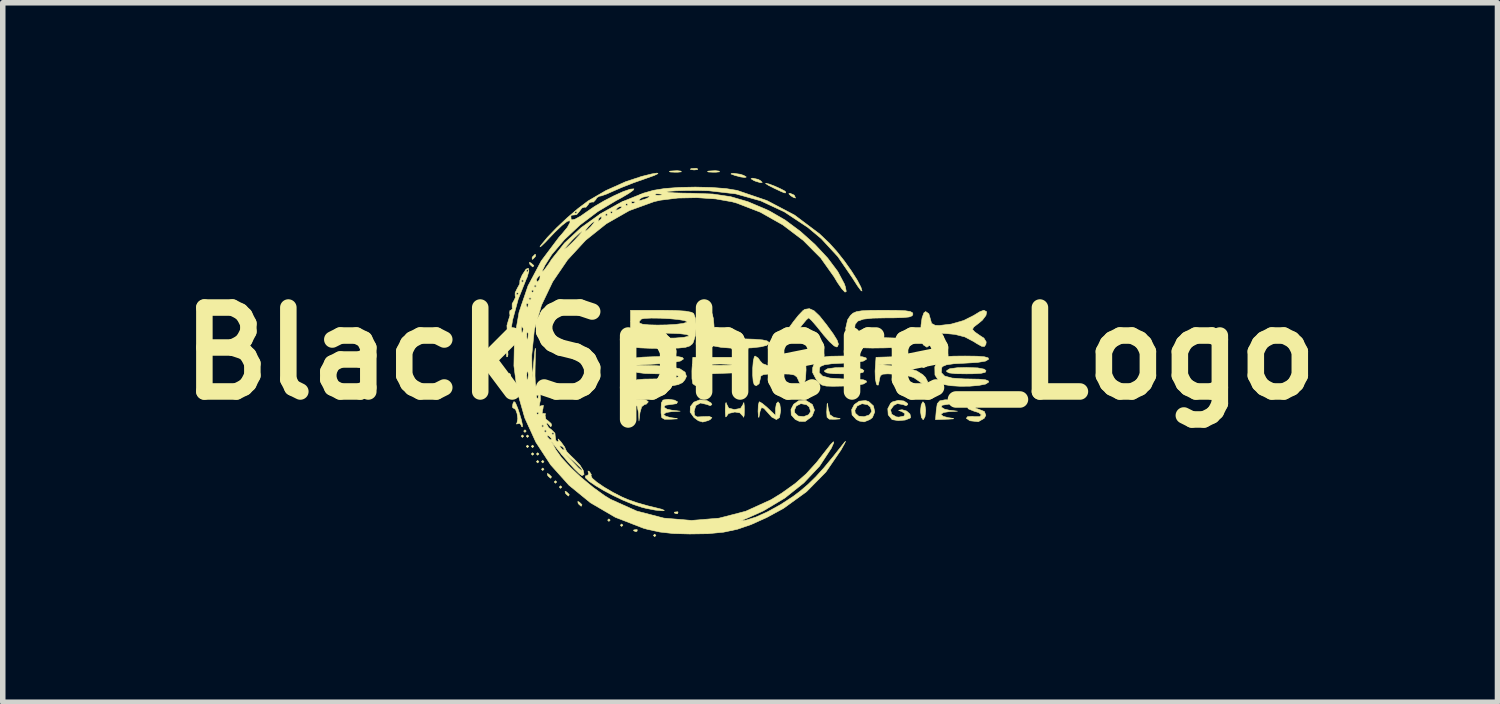
<source format=kicad_pcb>
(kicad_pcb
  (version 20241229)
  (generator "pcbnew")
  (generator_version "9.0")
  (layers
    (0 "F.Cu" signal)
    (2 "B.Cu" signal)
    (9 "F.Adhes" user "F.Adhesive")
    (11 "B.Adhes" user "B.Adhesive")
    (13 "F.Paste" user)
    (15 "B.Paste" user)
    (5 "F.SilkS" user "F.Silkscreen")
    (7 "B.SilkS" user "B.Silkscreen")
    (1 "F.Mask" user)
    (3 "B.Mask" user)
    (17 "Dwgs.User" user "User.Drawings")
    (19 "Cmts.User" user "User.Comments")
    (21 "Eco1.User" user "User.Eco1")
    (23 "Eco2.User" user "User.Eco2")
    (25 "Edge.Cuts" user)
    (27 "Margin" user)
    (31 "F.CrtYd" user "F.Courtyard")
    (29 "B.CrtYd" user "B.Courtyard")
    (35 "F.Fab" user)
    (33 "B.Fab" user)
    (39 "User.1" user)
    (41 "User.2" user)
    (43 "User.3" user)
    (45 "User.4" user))
  (footprint "BlackSphere_Logo"
    (layer "F.Cu")
    (at 10.566 3.367)
    (property "Reference" "BlackSphere_Logo" (at 0 0 0) (layer "F.SilkS") (effects (font (size 1.524 1.524) (thickness 0.3))))
    (attr exclude_from_pos_files exclude_from_bom)
    (fp_poly (pts (xy -4.433 0.346) (xy -4.457 0.369) (xy -4.48 0.346) (xy -4.457 0.323) (xy -4.433 0.346)) (stroke (width 0.01) (type solid)) (fill yes) (layer "F.SilkS"))
    (fp_poly (pts (xy -4.11 1.501) (xy -4.133 1.524) (xy -4.156 1.501) (xy -4.133 1.478) (xy -4.11 1.501)) (stroke (width 0.01) (type solid)) (fill yes) (layer "F.SilkS"))
    (fp_poly (pts (xy -4.064 1.409) (xy -4.087 1.432) (xy -4.11 1.409) (xy -4.087 1.385) (xy -4.064 1.409)) (stroke (width 0.01) (type solid)) (fill yes) (layer "F.SilkS"))
    (fp_poly (pts (xy -4.018 1.501) (xy -4.041 1.524) (xy -4.064 1.501) (xy -4.041 1.478) (xy -4.018 1.501)) (stroke (width 0.01) (type solid)) (fill yes) (layer "F.SilkS"))
    (fp_poly (pts (xy -4.018 1.686) (xy -4.041 1.709) (xy -4.064 1.686) (xy -4.041 1.663) (xy -4.018 1.686)) (stroke (width 0.01) (type solid)) (fill yes) (layer "F.SilkS"))
    (fp_poly (pts (xy -3.925 1.686) (xy -3.949 1.709) (xy -3.972 1.686) (xy -3.949 1.663) (xy -3.925 1.686)) (stroke (width 0.01) (type solid)) (fill yes) (layer "F.SilkS"))
    (fp_poly (pts (xy -3.925 1.824) (xy -3.949 1.847) (xy -3.972 1.824) (xy -3.949 1.801) (xy -3.925 1.824)) (stroke (width 0.01) (type solid)) (fill yes) (layer "F.SilkS"))
    (fp_poly (pts (xy -3.833 1.824) (xy -3.856 1.847) (xy -3.879 1.824) (xy -3.856 1.801) (xy -3.833 1.824)) (stroke (width 0.01) (type solid)) (fill yes) (layer "F.SilkS"))
    (fp_poly (pts (xy -3.833 1.963) (xy -3.856 1.986) (xy -3.879 1.963) (xy -3.856 1.94) (xy -3.833 1.963)) (stroke (width 0.01) (type solid)) (fill yes) (layer "F.SilkS"))
    (fp_poly (pts (xy -3.741 1.963) (xy -3.764 1.986) (xy -3.787 1.963) (xy -3.764 1.94) (xy -3.741 1.963)) (stroke (width 0.01) (type solid)) (fill yes) (layer "F.SilkS"))
    (fp_poly (pts (xy -3.741 2.101) (xy -3.764 2.124) (xy -3.787 2.101) (xy -3.764 2.078) (xy -3.741 2.101)) (stroke (width 0.01) (type solid)) (fill yes) (layer "F.SilkS"))
    (fp_poly (pts (xy -3.51 2.332) (xy -3.533 2.355) (xy -3.556 2.332) (xy -3.533 2.309) (xy -3.51 2.332)) (stroke (width 0.01) (type solid)) (fill yes) (layer "F.SilkS"))
    (fp_poly (pts (xy -3.417 2.425) (xy -3.441 2.448) (xy -3.464 2.425) (xy -3.441 2.401) (xy -3.417 2.425)) (stroke (width 0.01) (type solid)) (fill yes) (layer "F.SilkS"))
    (fp_poly (pts (xy -2.54 3.025) (xy -2.563 3.048) (xy -2.586 3.025) (xy -2.563 3.002) (xy -2.54 3.025)) (stroke (width 0.01) (type solid)) (fill yes) (layer "F.SilkS"))
    (fp_poly (pts (xy -2.309 3.117) (xy -2.332 3.14) (xy -2.355 3.117) (xy -2.332 3.094) (xy -2.309 3.117)) (stroke (width 0.01) (type solid)) (fill yes) (layer "F.SilkS"))
    (fp_poly (pts (xy -1.709 3.302) (xy -1.732 3.325) (xy -1.755 3.302) (xy -1.732 3.279) (xy -1.709 3.302)) (stroke (width 0.01) (type solid)) (fill yes) (layer "F.SilkS"))
    (fp_poly (pts (xy -4.449 -0.262) (xy -4.443 -0.207) (xy -4.449 -0.2) (xy -4.476 -0.206) (xy -4.48 -0.231) (xy -4.463 -0.269) (xy -4.449 -0.262)) (stroke (width 0.01) (type solid)) (fill yes) (layer "F.SilkS"))
    (fp_poly (pts (xy -2.047 3.202) (xy -2.054 3.229) (xy -2.078 3.233) (xy -2.116 3.216) (xy -2.109 3.202) (xy -2.054 3.196) (xy -2.047 3.202)) (stroke (width 0.01) (type solid)) (fill yes) (layer "F.SilkS"))
    (fp_poly (pts (xy -1.308 2.879) (xy -1.315 2.906) (xy -1.339 2.909) (xy -1.377 2.893) (xy -1.37 2.879) (xy -1.315 2.873) (xy -1.308 2.879)) (stroke (width 0.01) (type solid)) (fill yes) (layer "F.SilkS"))
    (fp_poly (pts (xy -0.958 -3.356) (xy -0.952 -3.339) (xy -1.016 -3.332) (xy -1.082 -3.34) (xy -1.074 -3.356) (xy -0.979 -3.362) (xy -0.958 -3.356)) (stroke (width 0.01) (type solid)) (fill yes) (layer "F.SilkS"))
    (fp_poly (pts (xy -3.979 -1.644) (xy -3.93 -1.601) (xy -3.925 -1.591) (xy -3.947 -1.572) (xy -3.993 -1.614) (xy -3.999 -1.623) (xy -4.005 -1.655) (xy -3.979 -1.644)) (stroke (width 0.01) (type solid)) (fill yes) (layer "F.SilkS"))
    (fp_poly (pts (xy -3.655 2.189) (xy -3.606 2.236) (xy -3.616 2.262) (xy -3.623 2.263) (xy -3.662 2.23) (xy -3.676 2.21) (xy -3.681 2.178) (xy -3.655 2.189)) (stroke (width 0.01) (type solid)) (fill yes) (layer "F.SilkS"))
    (fp_poly (pts (xy -3.332 2.512) (xy -3.283 2.559) (xy -3.293 2.586) (xy -3.299 2.586) (xy -3.338 2.553) (xy -3.353 2.533) (xy -3.358 2.501) (xy -3.332 2.512)) (stroke (width 0.01) (type solid)) (fill yes) (layer "F.SilkS"))
    (fp_poly (pts (xy -3.101 2.697) (xy -3.052 2.744) (xy -3.062 2.77) (xy -3.068 2.771) (xy -3.107 2.738) (xy -3.122 2.718) (xy -3.127 2.686) (xy -3.101 2.697)) (stroke (width 0.01) (type solid)) (fill yes) (layer "F.SilkS"))
    (fp_poly (pts (xy 0.798 -2.876) (xy 0.808 -2.863) (xy 0.824 -2.822) (xy 0.781 -2.837) (xy 0.739 -2.863) (xy 0.703 -2.9) (xy 0.725 -2.909) (xy 0.798 -2.876)) (stroke (width 0.01) (type solid)) (fill yes) (layer "F.SilkS"))
    (fp_poly (pts (xy -4.404 -0.088) (xy -4.401 -0.08) (xy -4.395 0.021) (xy -4.403 0.059) (xy -4.418 0.06) (xy -4.425 -0.012) (xy -4.424 -0.023) (xy -4.418 -0.095) (xy -4.404 -0.088)) (stroke (width 0.01) (type solid)) (fill yes) (layer "F.SilkS"))
    (fp_poly (pts (xy -3.894 -1.771) (xy -3.902 -1.755) (xy -3.946 -1.711) (xy -3.954 -1.709) (xy -3.957 -1.739) (xy -3.949 -1.755) (xy -3.905 -1.799) (xy -3.897 -1.801) (xy -3.894 -1.771)) (stroke (width 0.01) (type solid)) (fill yes) (layer "F.SilkS"))
    (fp_poly (pts (xy -1.258 -3.311) (xy -1.247 -3.298) (xy -1.313 -3.291) (xy -1.362 -3.291) (xy -1.452 -3.295) (xy -1.465 -3.306) (xy -1.443 -3.312) (xy -1.322 -3.319) (xy -1.258 -3.311)) (stroke (width 0.01) (type solid)) (fill yes) (layer "F.SilkS"))
    (fp_poly (pts (xy -0.565 -3.311) (xy -0.554 -3.298) (xy -0.621 -3.291) (xy -0.67 -3.291) (xy -0.759 -3.295) (xy -0.773 -3.306) (xy -0.75 -3.312) (xy -0.63 -3.319) (xy -0.565 -3.311)) (stroke (width 0.01) (type solid)) (fill yes) (layer "F.SilkS"))
    (fp_poly (pts (xy 0.145 -3.161) (xy 0.185 -3.14) (xy 0.221 -3.106) (xy 0.187 -3.101) (xy 0.101 -3.127) (xy 0.069 -3.14) (xy 0.017 -3.172) (xy 0.046 -3.183) (xy 0.145 -3.161)) (stroke (width 0.01) (type solid)) (fill yes) (layer "F.SilkS"))
    (fp_poly (pts (xy -0.179 -3.254) (xy -0.115 -3.233) (xy -0.069 -3.204) (xy -0.093 -3.195) (xy -0.17 -3.205) (xy -0.277 -3.233) (xy -0.347 -3.259) (xy -0.332 -3.27) (xy -0.3 -3.271) (xy -0.179 -3.254)) (stroke (width 0.01) (type solid)) (fill yes) (layer "F.SilkS"))
    (fp_poly (pts (xy 0.343 -3.077) (xy 0.444 -3.039) (xy 0.55 -2.991) (xy 0.628 -2.95) (xy 0.647 -2.932) (xy 0.643 -2.915) (xy 0.618 -2.918) (xy 0.549 -2.947) (xy 0.439 -2.999) (xy 0.335 -3.052) (xy 0.283 -3.085) (xy 0.283 -3.09) (xy 0.343 -3.077)) (stroke (width 0.01) (type solid)) (fill yes) (layer "F.SilkS"))
    (fp_poly (pts (xy 3.171 0.918) (xy 3.186 1.018) (xy 3.187 1.039) (xy 3.175 1.146) (xy 3.146 1.199) (xy 3.14 1.201) (xy 3.11 1.16) (xy 3.095 1.06) (xy 3.094 1.039) (xy 3.106 0.932) (xy 3.134 0.879) (xy 3.14 0.877) (xy 3.171 0.918)) (stroke (width 0.01) (type solid)) (fill yes) (layer "F.SilkS"))
    (fp_poly (pts (xy -4.353 0.375) (xy -4.335 0.469) (xy -4.326 0.527) (xy -4.312 0.662) (xy -4.312 0.755) (xy -4.318 0.777) (xy -4.336 0.758) (xy -4.341 0.698) (xy -4.358 0.629) (xy -4.387 0.623) (xy -4.424 0.618) (xy -4.42 0.532) (xy -4.391 0.416) (xy -4.37 0.361) (xy -4.353 0.375)) (stroke (width 0.01) (type solid)) (fill yes) (layer "F.SilkS"))
    (fp_poly (pts (xy -1.887 0.845) (xy -1.847 0.877) (xy -1.884 0.919) (xy -1.914 0.924) (xy -1.968 0.966) (xy -1.999 1.074) (xy -2.017 1.224) (xy -2.025 1.074) (xy -2.049 0.958) (xy -2.104 0.924) (xy -2.152 0.901) (xy -2.147 0.877) (xy -2.085 0.844) (xy -1.983 0.831) (xy -1.887 0.845)) (stroke (width 0.01) (type solid)) (fill yes) (layer "F.SilkS"))
    (fp_poly (pts (xy 1.414 0.969) (xy 1.419 1.002) (xy 1.449 1.111) (xy 1.519 1.159) (xy 1.561 1.168) (xy 1.635 1.181) (xy 1.626 1.188) (xy 1.536 1.194) (xy 1.438 1.192) (xy 1.397 1.157) (xy 1.391 1.063) (xy 1.393 1.028) (xy 1.398 0.921) (xy 1.404 0.902) (xy 1.414 0.969)) (stroke (width 0.01) (type solid)) (fill yes) (layer "F.SilkS"))
    (fp_poly (pts (xy 1.915 0.261) (xy 2.033 0.284) (xy 2.067 0.312) (xy 2.051 0.342) (xy 1.973 0.36) (xy 1.821 0.368) (xy 1.709 0.369) (xy 1.513 0.366) (xy 1.398 0.353) (xy 1.352 0.329) (xy 1.351 0.312) (xy 1.406 0.277) (xy 1.546 0.258) (xy 1.709 0.254) (xy 1.915 0.261)) (stroke (width 0.01) (type solid)) (fill yes) (layer "F.SilkS"))
    (fp_poly (pts (xy 4.131 0.261) (xy 4.25 0.284) (xy 4.283 0.312) (xy 4.268 0.342) (xy 4.19 0.36) (xy 4.038 0.368) (xy 3.925 0.369) (xy 3.73 0.366) (xy 3.615 0.353) (xy 3.568 0.329) (xy 3.568 0.312) (xy 3.623 0.277) (xy 3.763 0.258) (xy 3.925 0.254) (xy 4.131 0.261)) (stroke (width 0.01) (type solid)) (fill yes) (layer "F.SilkS"))
    (fp_poly (pts (xy -4.259 0.895) (xy -4.218 0.993) (xy -4.195 1.061) (xy -4.153 1.199) (xy -4.132 1.299) (xy -4.133 1.332) (xy -4.154 1.319) (xy -4.156 1.298) (xy -4.185 1.266) (xy -4.21 1.274) (xy -4.241 1.28) (xy -4.231 1.256) (xy -4.217 1.185) (xy -4.229 1.093) (xy -4.257 1.016) (xy -4.292 0.992) (xy -4.296 0.993) (xy -4.314 0.975) (xy -4.306 0.914) (xy -4.286 0.872) (xy -4.259 0.895)) (stroke (width 0.01) (type solid)) (fill yes) (layer "F.SilkS"))
    (fp_poly (pts (xy -0.785 0.854) (xy -0.71 0.897) (xy -0.693 0.928) (xy -0.725 0.947) (xy -0.782 0.925) (xy -0.901 0.898) (xy -0.986 0.945) (xy -1.016 1.049) (xy -1.006 1.125) (xy -0.959 1.152) (xy -0.854 1.146) (xy -0.74 1.143) (xy -0.693 1.164) (xy -0.725 1.2) (xy -0.766 1.219) (xy -0.86 1.244) (xy -0.938 1.221) (xy -1.017 1.163) (xy -1.088 1.064) (xy -1.084 0.964) (xy -1.021 0.883) (xy -0.912 0.841) (xy -0.785 0.854)) (stroke (width 0.01) (type solid)) (fill yes) (layer "F.SilkS"))
    (fp_poly (pts (xy -0.429 0.912) (xy -0.389 0.991) (xy -0.292 1.016) (xy -0.277 1.016) (xy -0.173 0.996) (xy -0.127 0.924) (xy -0.125 0.912) (xy -0.113 0.89) (xy -0.106 0.948) (xy -0.104 1.016) (xy -0.107 1.121) (xy -0.117 1.158) (xy -0.124 1.143) (xy -0.186 1.077) (xy -0.277 1.062) (xy -0.392 1.089) (xy -0.43 1.143) (xy -0.442 1.151) (xy -0.449 1.083) (xy -0.45 1.016) (xy -0.446 0.916) (xy -0.436 0.889) (xy -0.429 0.912)) (stroke (width 0.01) (type solid)) (fill yes) (layer "F.SilkS"))
    (fp_poly (pts (xy 0.539 0.918) (xy 0.554 1.018) (xy 0.554 1.039) (xy 0.534 1.161) (xy 0.478 1.199) (xy 0.393 1.153) (xy 0.332 1.085) (xy 0.251 0.994) (xy 0.206 0.982) (xy 0.18 1.051) (xy 0.172 1.097) (xy 0.159 1.162) (xy 0.151 1.144) (xy 0.145 1.051) (xy 0.149 0.939) (xy 0.165 0.88) (xy 0.171 0.877) (xy 0.222 0.907) (xy 0.308 0.979) (xy 0.332 1.002) (xy 0.462 1.126) (xy 0.462 1.002) (xy 0.477 0.911) (xy 0.508 0.877) (xy 0.539 0.918)) (stroke (width 0.01) (type solid)) (fill yes) (layer "F.SilkS"))
    (fp_poly (pts (xy -0.694 -0.734) (xy -0.667 -0.639) (xy -0.656 -0.521) (xy -0.642 -0.28) (xy -0.148 -0.267) (xy 0.077 -0.259) (xy 0.224 -0.247) (xy 0.308 -0.229) (xy 0.343 -0.202) (xy 0.346 -0.185) (xy 0.304 -0.148) (xy 0.191 -0.121) (xy 0.03 -0.103) (xy -0.157 -0.095) (xy -0.35 -0.098) (xy -0.526 -0.112) (xy -0.663 -0.137) (xy -0.73 -0.165) (xy -0.791 -0.22) (xy -0.82 -0.293) (xy -0.825 -0.414) (xy -0.822 -0.501) (xy -0.807 -0.659) (xy -0.779 -0.741) (xy -0.739 -0.762) (xy -0.694 -0.734)) (stroke (width 0.01) (type solid)) (fill yes) (layer "F.SilkS"))
    (fp_poly (pts (xy 1.018 0.855) (xy 1.13 0.925) (xy 1.169 1.027) (xy 1.126 1.136) (xy 1.109 1.153) (xy 1 1.233) (xy 0.892 1.231) (xy 0.82 1.197) (xy 0.747 1.115) (xy 0.743 1.033) (xy 0.803 1.033) (xy 0.812 1.077) (xy 0.874 1.135) (xy 0.972 1.146) (xy 1.061 1.112) (xy 1.099 1.054) (xy 1.075 0.972) (xy 1.025 0.929) (xy 0.922 0.91) (xy 0.838 0.952) (xy 0.803 1.033) (xy 0.743 1.033) (xy 0.742 1.015) (xy 0.791 0.921) (xy 0.881 0.858) (xy 0.997 0.849) (xy 1.018 0.855)) (stroke (width 0.01) (type solid)) (fill yes) (layer "F.SilkS"))
    (fp_poly (pts (xy 2.153 0.872) (xy 2.239 0.951) (xy 2.263 1.06) (xy 2.221 1.162) (xy 2.174 1.199) (xy 2.07 1.241) (xy 1.983 1.226) (xy 1.928 1.197) (xy 1.851 1.114) (xy 1.845 1.03) (xy 1.902 1.03) (xy 1.909 1.082) (xy 1.971 1.137) (xy 2.07 1.147) (xy 2.163 1.115) (xy 2.208 1.054) (xy 2.184 0.972) (xy 2.134 0.929) (xy 2.032 0.911) (xy 1.944 0.952) (xy 1.902 1.03) (xy 1.845 1.03) (xy 1.844 1.017) (xy 1.892 0.927) (xy 1.981 0.865) (xy 2.095 0.854) (xy 2.153 0.872)) (stroke (width 0.01) (type solid)) (fill yes) (layer "F.SilkS"))
    (fp_poly (pts (xy 4.21 0.867) (xy 4.318 0.921) (xy 4.203 0.911) (xy 4.111 0.921) (xy 4.072 0.957) (xy 4.099 0.995) (xy 4.142 1.009) (xy 4.253 1.053) (xy 4.279 1.122) (xy 4.25 1.176) (xy 4.143 1.238) (xy 3.999 1.222) (xy 3.983 1.216) (xy 3.926 1.177) (xy 3.947 1.147) (xy 4.033 1.141) (xy 4.064 1.145) (xy 4.17 1.145) (xy 4.199 1.115) (xy 4.151 1.073) (xy 4.06 1.045) (xy 3.958 1.003) (xy 3.945 0.94) (xy 4.023 0.864) (xy 4.028 0.86) (xy 4.134 0.841) (xy 4.21 0.867)) (stroke (width 0.01) (type solid)) (fill yes) (layer "F.SilkS"))
    (fp_poly (pts (xy 3.648 0.843) (xy 3.694 0.871) (xy 3.695 0.875) (xy 3.655 0.911) (xy 3.579 0.924) (xy 3.485 0.939) (xy 3.47 0.973) (xy 3.529 1.01) (xy 3.614 1.029) (xy 3.764 1.047) (xy 3.614 1.055) (xy 3.511 1.071) (xy 3.464 1.102) (xy 3.464 1.105) (xy 3.504 1.14) (xy 3.602 1.166) (xy 3.614 1.167) (xy 3.693 1.179) (xy 3.69 1.186) (xy 3.601 1.192) (xy 3.565 1.193) (xy 3.366 1.201) (xy 3.38 1.028) (xy 3.398 0.912) (xy 3.442 0.86) (xy 3.54 0.84) (xy 3.544 0.84) (xy 3.648 0.843)) (stroke (width 0.01) (type solid)) (fill yes) (layer "F.SilkS"))
    (fp_poly (pts (xy -1.374 0.846) (xy -1.316 0.877) (xy -1.334 0.91) (xy -1.424 0.924) (xy -1.429 0.924) (xy -1.539 0.939) (xy -1.565 0.973) (xy -1.509 1.01) (xy -1.42 1.029) (xy -1.27 1.047) (xy -1.42 1.055) (xy -1.522 1.071) (xy -1.57 1.102) (xy -1.57 1.105) (xy -1.53 1.14) (xy -1.431 1.166) (xy -1.42 1.167) (xy -1.328 1.18) (xy -1.319 1.186) (xy -1.398 1.191) (xy -1.443 1.193) (xy -1.554 1.193) (xy -1.603 1.164) (xy -1.616 1.079) (xy -1.616 1.016) (xy -1.611 0.898) (xy -1.581 0.845) (xy -1.508 0.832) (xy -1.481 0.831) (xy -1.374 0.846)) (stroke (width 0.01) (type solid)) (fill yes) (layer "F.SilkS"))
    (fp_poly (pts (xy -0.115 0.346) (xy -0.52 0.36) (xy -0.715 0.368) (xy -0.835 0.381) (xy -0.898 0.401) (xy -0.921 0.435) (xy -0.924 0.461) (xy -0.945 0.547) (xy -0.991 0.583) (xy -1.037 0.551) (xy -1.042 0.539) (xy -1.055 0.454) (xy -1.056 0.32) (xy -1.054 0.271) (xy -1.049 0.205) (xy -0.796 0.205) (xy -0.759 0.211) (xy -0.648 0.214) (xy -0.554 0.215) (xy -0.404 0.213) (xy -0.324 0.208) (xy -0.321 0.202) (xy -0.358 0.197) (xy -0.542 0.19) (xy -0.731 0.196) (xy -0.75 0.197) (xy -0.796 0.205) (xy -1.049 0.205) (xy -1.039 0.069) (xy -0.115 0.069) (xy -0.115 0.346)) (stroke (width 0.01) (type solid)) (fill yes) (layer "F.SilkS"))
    (fp_poly (pts (xy -2.916 2.144) (xy -2.882 2.198) (xy -2.888 2.219) (xy -2.866 2.264) (xy -2.78 2.338) (xy -2.649 2.427) (xy -2.491 2.52) (xy -2.326 2.605) (xy -2.217 2.652) (xy -2.05 2.71) (xy -1.849 2.767) (xy -1.732 2.795) (xy -1.605 2.827) (xy -1.556 2.848) (xy -1.591 2.855) (xy -1.593 2.855) (xy -1.721 2.843) (xy -1.886 2.811) (xy -1.963 2.792) (xy -2.124 2.738) (xy -2.304 2.664) (xy -2.487 2.577) (xy -2.66 2.485) (xy -2.811 2.395) (xy -2.925 2.317) (xy -2.989 2.256) (xy -2.989 2.222) (xy -2.96 2.217) (xy -2.928 2.188) (xy -2.937 2.163) (xy -2.942 2.132) (xy -2.916 2.144)) (stroke (width 0.01) (type solid)) (fill yes) (layer "F.SilkS"))
    (fp_poly (pts (xy 1.16 -0.777) (xy 1.261 -0.681) (xy 1.384 -0.527) (xy 1.509 -0.356) (xy 1.58 -0.241) (xy 1.604 -0.169) (xy 1.587 -0.127) (xy 1.575 -0.118) (xy 1.526 -0.138) (xy 1.44 -0.216) (xy 1.333 -0.338) (xy 1.31 -0.368) (xy 1.203 -0.5) (xy 1.117 -0.599) (xy 1.067 -0.645) (xy 1.063 -0.647) (xy 1.022 -0.612) (xy 0.946 -0.521) (xy 0.851 -0.394) (xy 0.721 -0.226) (xy 0.628 -0.134) (xy 0.564 -0.112) (xy 0.53 -0.14) (xy 0.542 -0.196) (xy 0.598 -0.301) (xy 0.683 -0.434) (xy 0.782 -0.572) (xy 0.879 -0.694) (xy 0.959 -0.778) (xy 0.994 -0.802) (xy 1.076 -0.814) (xy 1.16 -0.777)) (stroke (width 0.01) (type solid)) (fill yes) (layer "F.SilkS"))
    (fp_poly (pts (xy 2.792 0.862) (xy 2.856 0.904) (xy 2.863 0.928) (xy 2.831 0.948) (xy 2.777 0.927) (xy 2.672 0.909) (xy 2.608 0.942) (xy 2.55 1.023) (xy 2.57 1.102) (xy 2.654 1.15) (xy 2.7 1.155) (xy 2.793 1.136) (xy 2.813 1.094) (xy 2.754 1.053) (xy 2.736 1.048) (xy 2.696 1.031) (xy 2.744 1.022) (xy 2.761 1.021) (xy 2.841 1.044) (xy 2.902 1.099) (xy 2.915 1.158) (xy 2.904 1.173) (xy 2.814 1.208) (xy 2.689 1.218) (xy 2.584 1.201) (xy 2.575 1.196) (xy 2.507 1.113) (xy 2.5 1.001) (xy 2.552 0.903) (xy 2.588 0.877) (xy 2.69 0.85) (xy 2.792 0.862)) (stroke (width 0.01) (type solid)) (fill yes) (layer "F.SilkS"))
    (fp_poly (pts (xy 1.908 0.049) (xy 2.041 0.06) (xy 2.105 0.08) (xy 2.113 0.104) (xy 2.056 0.138) (xy 1.912 0.162) (xy 1.691 0.175) (xy 1.481 0.186) (xy 1.349 0.205) (xy 1.279 0.234) (xy 1.263 0.256) (xy 1.254 0.347) (xy 1.315 0.409) (xy 1.45 0.446) (xy 1.668 0.461) (xy 1.741 0.462) (xy 1.941 0.466) (xy 2.06 0.478) (xy 2.111 0.5) (xy 2.113 0.52) (xy 2.056 0.554) (xy 1.909 0.578) (xy 1.698 0.591) (xy 1.505 0.595) (xy 1.382 0.591) (xy 1.304 0.572) (xy 1.25 0.533) (xy 1.205 0.479) (xy 1.134 0.343) (xy 1.136 0.258) (xy 1.173 0.164) (xy 1.225 0.102) (xy 1.312 0.067) (xy 1.451 0.05) (xy 1.662 0.046) (xy 1.695 0.046) (xy 1.908 0.049)) (stroke (width 0.01) (type solid)) (fill yes) (layer "F.SilkS"))
    (fp_poly (pts (xy 4.122 0.049) (xy 4.256 0.06) (xy 4.321 0.079) (xy 4.33 0.104) (xy 4.273 0.138) (xy 4.129 0.162) (xy 3.908 0.175) (xy 3.698 0.186) (xy 3.565 0.205) (xy 3.496 0.234) (xy 3.479 0.256) (xy 3.471 0.347) (xy 3.531 0.409) (xy 3.667 0.446) (xy 3.885 0.461) (xy 3.958 0.462) (xy 4.158 0.466) (xy 4.277 0.478) (xy 4.328 0.5) (xy 4.33 0.52) (xy 4.275 0.555) (xy 4.153 0.579) (xy 3.991 0.593) (xy 3.814 0.595) (xy 3.647 0.585) (xy 3.515 0.563) (xy 3.449 0.533) (xy 3.356 0.39) (xy 3.353 0.242) (xy 3.392 0.159) (xy 3.432 0.107) (xy 3.482 0.074) (xy 3.564 0.055) (xy 3.696 0.048) (xy 3.899 0.046) (xy 3.907 0.046) (xy 4.122 0.049)) (stroke (width 0.01) (type solid)) (fill yes) (layer "F.SilkS"))
    (fp_poly (pts (xy 3.056 0.06) (xy 3.139 0.081) (xy 3.187 0.116) (xy 3.221 0.196) (xy 3.199 0.237) (xy 3.143 0.259) (xy 3.12 0.235) (xy 3.058 0.21) (xy 2.92 0.194) (xy 2.722 0.191) (xy 2.71 0.191) (xy 2.332 0.197) (xy 2.639 0.233) (xy 2.867 0.268) (xy 3.025 0.316) (xy 3.135 0.385) (xy 3.183 0.434) (xy 3.226 0.518) (xy 3.202 0.561) (xy 3.133 0.551) (xy 3.065 0.502) (xy 2.969 0.436) (xy 2.839 0.397) (xy 2.658 0.378) (xy 2.498 0.369) (xy 2.408 0.375) (xy 2.366 0.402) (xy 2.349 0.46) (xy 2.345 0.491) (xy 2.327 0.573) (xy 2.304 0.571) (xy 2.292 0.548) (xy 2.273 0.456) (xy 2.269 0.319) (xy 2.272 0.271) (xy 2.286 0.069) (xy 2.706 0.056) (xy 2.918 0.053) (xy 3.056 0.06)) (stroke (width 0.01) (type solid)) (fill yes) (layer "F.SilkS"))
    (fp_poly (pts (xy 0.989 0.069) (xy 1.01 0.15) (xy 1.016 0.297) (xy 1.006 0.463) (xy 0.978 0.559) (xy 0.937 0.579) (xy 0.89 0.516) (xy 0.879 0.488) (xy 0.849 0.426) (xy 0.802 0.39) (xy 0.717 0.374) (xy 0.569 0.37) (xy 0.509 0.369) (xy 0.339 0.372) (xy 0.241 0.383) (xy 0.196 0.409) (xy 0.185 0.454) (xy 0.185 0.459) (xy 0.163 0.549) (xy 0.113 0.585) (xy 0.076 0.568) (xy 0.056 0.506) (xy 0.047 0.393) (xy 0.048 0.26) (xy 0.058 0.138) (xy 0.077 0.06) (xy 0.091 0.046) (xy 0.146 0.082) (xy 0.183 0.135) (xy 0.227 0.184) (xy 0.308 0.215) (xy 0.448 0.232) (xy 0.554 0.239) (xy 0.723 0.245) (xy 0.82 0.24) (xy 0.865 0.218) (xy 0.877 0.174) (xy 0.878 0.15) (xy 0.904 0.066) (xy 0.947 0.046) (xy 0.989 0.069)) (stroke (width 0.01) (type solid)) (fill yes) (layer "F.SilkS"))
    (fp_poly (pts (xy 4.294 -0.758) (xy 4.282 -0.692) (xy 4.217 -0.606) (xy 4.15 -0.55) (xy 4.06 -0.481) (xy 4.037 -0.438) (xy 4.074 -0.396) (xy 4.092 -0.382) (xy 4.191 -0.313) (xy 4.244 -0.28) (xy 4.286 -0.211) (xy 4.28 -0.166) (xy 4.253 -0.127) (xy 4.204 -0.131) (xy 4.111 -0.183) (xy 4.06 -0.216) (xy 3.899 -0.301) (xy 3.719 -0.347) (xy 3.574 -0.361) (xy 3.414 -0.37) (xy 3.326 -0.365) (xy 3.288 -0.339) (xy 3.279 -0.286) (xy 3.279 -0.262) (xy 3.26 -0.151) (xy 3.21 -0.114) (xy 3.143 -0.158) (xy 3.111 -0.242) (xy 3.098 -0.37) (xy 3.103 -0.515) (xy 3.122 -0.648) (xy 3.155 -0.738) (xy 3.187 -0.762) (xy 3.245 -0.721) (xy 3.27 -0.635) (xy 3.295 -0.546) (xy 3.359 -0.512) (xy 3.432 -0.508) (xy 3.651 -0.534) (xy 3.877 -0.599) (xy 4.062 -0.692) (xy 4.071 -0.698) (xy 4.171 -0.759) (xy 4.243 -0.785) (xy 4.244 -0.785) (xy 4.294 -0.758)) (stroke (width 0.01) (type solid)) (fill yes) (layer "F.SilkS"))
    (fp_poly (pts (xy 2.663 -0.783) (xy 2.817 -0.776) (xy 2.907 -0.762) (xy 2.948 -0.74) (xy 2.956 -0.716) (xy 2.941 -0.684) (xy 2.886 -0.663) (xy 2.776 -0.652) (xy 2.596 -0.647) (xy 2.476 -0.647) (xy 2.227 -0.642) (xy 2.058 -0.624) (xy 1.955 -0.588) (xy 1.906 -0.528) (xy 1.898 -0.44) (xy 1.901 -0.407) (xy 1.912 -0.361) (xy 1.94 -0.33) (xy 2 -0.31) (xy 2.11 -0.299) (xy 2.286 -0.291) (xy 2.439 -0.287) (xy 2.666 -0.28) (xy 2.816 -0.271) (xy 2.902 -0.256) (xy 2.941 -0.234) (xy 2.948 -0.201) (xy 2.947 -0.195) (xy 2.928 -0.159) (xy 2.877 -0.134) (xy 2.779 -0.118) (xy 2.616 -0.108) (xy 2.443 -0.102) (xy 2.217 -0.099) (xy 2.063 -0.103) (xy 1.96 -0.118) (xy 1.889 -0.146) (xy 1.845 -0.177) (xy 1.761 -0.299) (xy 1.735 -0.457) (xy 1.771 -0.613) (xy 1.822 -0.69) (xy 1.868 -0.732) (xy 1.93 -0.759) (xy 2.026 -0.775) (xy 2.175 -0.783) (xy 2.395 -0.785) (xy 2.432 -0.785) (xy 2.663 -0.783)) (stroke (width 0.01) (type solid)) (fill yes) (layer "F.SilkS"))
    (fp_poly (pts (xy -1.306 0.057) (xy -1.231 0.071) (xy -1.21 0.095) (xy -1.212 0.102) (xy -1.266 0.137) (xy -1.407 0.165) (xy -1.637 0.186) (xy -1.666 0.187) (xy -2.101 0.213) (xy -1.7 0.222) (xy -1.446 0.239) (xy -1.275 0.277) (xy -1.18 0.339) (xy -1.155 0.416) (xy -1.184 0.477) (xy -1.227 0.528) (xy -1.306 0.565) (xy -1.441 0.591) (xy -1.608 0.604) (xy -1.783 0.606) (xy -1.943 0.596) (xy -2.064 0.574) (xy -2.122 0.54) (xy -2.124 0.531) (xy -2.108 0.497) (xy -2.049 0.476) (xy -1.931 0.465) (xy -1.739 0.462) (xy -1.709 0.462) (xy -1.51 0.457) (xy -1.368 0.444) (xy -1.298 0.423) (xy -1.293 0.416) (xy -1.336 0.393) (xy -1.455 0.377) (xy -1.632 0.369) (xy -1.674 0.369) (xy -1.901 0.363) (xy -2.049 0.345) (xy -2.132 0.308) (xy -2.165 0.247) (xy -2.163 0.18) (xy -2.152 0.13) (xy -2.124 0.097) (xy -2.062 0.078) (xy -1.949 0.066) (xy -1.767 0.059) (xy -1.67 0.056) (xy -1.448 0.052) (xy -1.306 0.057)) (stroke (width 0.01) (type solid)) (fill yes) (layer "F.SilkS"))
    (fp_poly (pts (xy -4.015 -1.497) (xy -4.046 -1.388) (xy -4.063 -1.351) (xy -4.209 -0.986) (xy -4.311 -0.609) (xy -4.335 -0.463) (xy -4.355 -0.323) (xy -4.37 -0.266) (xy -4.385 -0.282) (xy -4.405 -0.355) (xy -4.414 -0.508) (xy -4.388 -0.599) (xy -4.359 -0.691) (xy -4.365 -0.74) (xy -4.359 -0.782) (xy -4.341 -0.785) (xy -4.312 -0.813) (xy -4.319 -0.833) (xy -4.319 -0.904) (xy -4.292 -0.95) (xy -4.259 -1.019) (xy -4.265 -1.048) (xy -4.265 -1.085) (xy -4.249 -1.085) (xy -4.226 -1.062) (xy -4.203 -1.085) (xy -4.226 -1.108) (xy -4.249 -1.085) (xy -4.265 -1.085) (xy -4.265 -1.104) (xy -4.225 -1.185) (xy -4.182 -1.263) (xy -4.18 -1.293) (xy -4.179 -1.316) (xy -4.156 -1.316) (xy -4.133 -1.293) (xy -4.11 -1.316) (xy -4.133 -1.339) (xy -4.156 -1.316) (xy -4.179 -1.316) (xy -4.178 -1.329) (xy -4.141 -1.416) (xy -4.132 -1.433) (xy -4.087 -1.501) (xy -4.064 -1.501) (xy -4.041 -1.478) (xy -4.018 -1.501) (xy -4.041 -1.524) (xy -4.064 -1.501) (xy -4.087 -1.501) (xy -4.067 -1.531) (xy -4.025 -1.548) (xy -4.015 -1.497)) (stroke (width 0.01) (type solid)) (fill yes) (layer "F.SilkS"))
    (fp_poly (pts (xy -1.355 -0.781) (xy -1.172 -0.769) (xy -1.063 -0.748) (xy -1.024 -0.726) (xy -0.988 -0.628) (xy -0.978 -0.482) (xy -0.993 -0.327) (xy -1.031 -0.204) (xy -1.051 -0.173) (xy -1.098 -0.136) (xy -1.174 -0.112) (xy -1.295 -0.099) (xy -1.48 -0.093) (xy -1.616 -0.092) (xy -1.821 -0.095) (xy -1.99 -0.102) (xy -2.104 -0.113) (xy -2.14 -0.123) (xy -2.155 -0.182) (xy -2.166 -0.306) (xy -2.167 -0.323) (xy -2.032 -0.323) (xy -1.988 -0.302) (xy -1.865 -0.286) (xy -1.677 -0.278) (xy -1.57 -0.277) (xy -1.356 -0.281) (xy -1.201 -0.294) (xy -1.118 -0.313) (xy -1.108 -0.323) (xy -1.152 -0.345) (xy -1.275 -0.36) (xy -1.464 -0.368) (xy -1.57 -0.369) (xy -1.785 -0.365) (xy -1.94 -0.353) (xy -2.022 -0.334) (xy -2.032 -0.323) (xy -2.167 -0.323) (xy -2.171 -0.469) (xy -2.171 -0.579) (xy -2.014 -0.579) (xy -2.008 -0.553) (xy -1.953 -0.532) (xy -1.836 -0.52) (xy -1.68 -0.516) (xy -1.509 -0.519) (xy -1.348 -0.529) (xy -1.22 -0.545) (xy -1.149 -0.566) (xy -1.143 -0.577) (xy -1.19 -0.598) (xy -1.304 -0.617) (xy -1.459 -0.632) (xy -1.631 -0.641) (xy -1.792 -0.643) (xy -1.918 -0.637) (xy -1.973 -0.626) (xy -2.014 -0.579) (xy -2.171 -0.579) (xy -2.171 -0.785) (xy -1.622 -0.785) (xy -1.355 -0.781)) (stroke (width 0.01) (type solid)) (fill yes) (layer "F.SilkS"))
    (fp_poly (pts (xy -1.672 -3.265) (xy -1.74 -3.232) (xy -1.897 -3.176) (xy -1.917 -3.169) (xy -2.119 -3.098) (xy -2.325 -3.017) (xy -2.471 -2.954) (xy -2.604 -2.895) (xy -2.704 -2.86) (xy -2.738 -2.855) (xy -2.783 -2.827) (xy -2.8 -2.795) (xy -2.844 -2.748) (xy -2.868 -2.751) (xy -2.917 -2.738) (xy -2.938 -2.705) (xy -2.98 -2.655) (xy -3.004 -2.657) (xy -3.053 -2.641) (xy -3.094 -2.586) (xy -3.148 -2.522) (xy -3.186 -2.516) (xy -3.243 -2.51) (xy -3.253 -2.498) (xy -3.249 -2.437) (xy -3.236 -2.426) (xy -3.178 -2.438) (xy -3.074 -2.495) (xy -2.969 -2.569) (xy -2.824 -2.669) (xy -2.65 -2.771) (xy -2.47 -2.864) (xy -2.304 -2.939) (xy -2.175 -2.983) (xy -2.109 -2.989) (xy -2.124 -2.962) (xy -2.206 -2.904) (xy -2.34 -2.825) (xy -2.43 -2.777) (xy -2.767 -2.575) (xy -3.087 -2.333) (xy -3.371 -2.067) (xy -3.6 -1.797) (xy -3.722 -1.605) (xy -3.769 -1.507) (xy -3.77 -1.481) (xy -3.731 -1.523) (xy -3.656 -1.627) (xy -3.602 -1.71) (xy -3.456 -1.893) (xy -3.366 -1.893) (xy -3.324 -1.924) (xy -3.241 -2.001) (xy -3.187 -2.055) (xy -3.101 -2.148) (xy -3.055 -2.206) (xy -3.053 -2.217) (xy -2.993 -2.217) (xy -2.949 -2.247) (xy -2.886 -2.309) (xy -2.833 -2.376) (xy -2.826 -2.401) (xy -2.87 -2.371) (xy -2.933 -2.309) (xy -2.986 -2.242) (xy -2.993 -2.217) (xy -3.053 -2.217) (xy -3.096 -2.186) (xy -3.179 -2.109) (xy -3.233 -2.055) (xy -3.318 -1.962) (xy -3.364 -1.904) (xy -3.366 -1.893) (xy -3.456 -1.893) (xy -3.37 -2.003) (xy -3.067 -2.284) (xy -2.899 -2.404) (xy -2.76 -2.404) (xy -2.753 -2.401) (xy -2.711 -2.434) (xy -2.702 -2.448) (xy -2.69 -2.491) (xy -2.696 -2.494) (xy -2.738 -2.461) (xy -2.748 -2.448) (xy -2.76 -2.404) (xy -2.899 -2.404) (xy -2.742 -2.517) (xy -2.632 -2.517) (xy -2.609 -2.494) (xy -2.586 -2.517) (xy -2.609 -2.54) (xy -2.632 -2.517) (xy -2.742 -2.517) (xy -2.713 -2.538) (xy -2.668 -2.563) (xy -2.54 -2.563) (xy -2.517 -2.54) (xy -2.494 -2.563) (xy -2.517 -2.586) (xy -2.54 -2.563) (xy -2.668 -2.563) (xy -2.603 -2.599) (xy -2.443 -2.599) (xy -2.397 -2.609) (xy -2.388 -2.612) (xy -2.331 -2.649) (xy -2.331 -2.67) (xy -2.38 -2.664) (xy -2.414 -2.638) (xy -2.443 -2.599) (xy -2.603 -2.599) (xy -2.419 -2.702) (xy -2.263 -2.702) (xy -2.24 -2.679) (xy -2.217 -2.702) (xy -2.24 -2.725) (xy -2.263 -2.702) (xy -2.419 -2.702) (xy -2.329 -2.752) (xy -2.32 -2.756) (xy -2.155 -2.756) (xy -2.149 -2.728) (xy -2.124 -2.725) (xy -2.086 -2.742) (xy -2.094 -2.756) (xy -2.148 -2.761) (xy -2.155 -2.756) (xy -2.32 -2.756) (xy -2.253 -2.782) (xy -2.022 -2.782) (xy -1.989 -2.778) (xy -1.903 -2.804) (xy -1.87 -2.817) (xy -1.818 -2.849) (xy -1.847 -2.859) (xy -1.946 -2.838) (xy -1.986 -2.817) (xy -2.022 -2.782) (xy -2.253 -2.782) (xy -2.019 -2.877) (xy -1.726 -2.877) (xy -1.663 -2.871) (xy -1.597 -2.878) (xy -1.605 -2.894) (xy -1.699 -2.9) (xy -1.72 -2.894) (xy -1.726 -2.877) (xy -2.019 -2.877) (xy -1.937 -2.91) (xy -1.755 -2.962) (xy -1.55 -2.995) (xy -1.286 -3.015) (xy -0.992 -3.021) (xy -0.7 -3.014) (xy -0.438 -2.994) (xy -0.237 -2.961) (xy -0.234 -2.96) (xy 0.306 -2.776) (xy 0.808 -2.512) (xy 1.259 -2.173) (xy 1.441 -2) (xy 1.574 -1.852) (xy 1.711 -1.679) (xy 1.838 -1.5) (xy 1.943 -1.335) (xy 2.012 -1.204) (xy 2.032 -1.134) (xy 2.011 -1.146) (xy 1.955 -1.221) (xy 1.875 -1.345) (xy 1.865 -1.362) (xy 1.593 -1.759) (xy 1.292 -2.085) (xy 1.048 -2.289) (xy 0.621 -2.572) (xy 0.191 -2.772) (xy -0.26 -2.898) (xy -0.755 -2.955) (xy -0.963 -2.96) (xy -1.174 -2.958) (xy -1.349 -2.953) (xy -1.469 -2.945) (xy -1.513 -2.936) (xy -1.481 -2.925) (xy -1.375 -2.916) (xy -1.212 -2.911) (xy -1.056 -2.909) (xy -0.679 -2.895) (xy -0.353 -2.847) (xy -0.041 -2.756) (xy 0.295 -2.614) (xy 0.361 -2.582) (xy 0.637 -2.422) (xy 0.914 -2.216) (xy 1.176 -1.981) (xy 1.407 -1.734) (xy 1.591 -1.489) (xy 1.711 -1.264) (xy 1.729 -1.212) (xy 1.746 -1.126) (xy 1.723 -1.114) (xy 1.668 -1.171) (xy 1.585 -1.291) (xy 1.526 -1.39) (xy 1.282 -1.734) (xy 0.965 -2.053) (xy 0.593 -2.335) (xy 0.186 -2.565) (xy -0.238 -2.729) (xy -0.323 -2.753) (xy -0.622 -2.806) (xy -0.964 -2.829) (xy -1.312 -2.822) (xy -1.628 -2.783) (xy -1.742 -2.757) (xy -2.192 -2.594) (xy -2.609 -2.356) (xy -2.986 -2.055) (xy -3.313 -1.7) (xy -3.583 -1.304) (xy -3.787 -0.877) (xy -3.916 -0.43) (xy -3.963 0.028) (xy -3.963 0.092) (xy -3.955 0.439) (xy -3.923 0.115) (xy -3.909 -0.027) (xy -3.9 -0.095) (xy -3.896 -0.082) (xy -3.897 0.014) (xy -3.901 0.198) (xy -3.902 0.224) (xy -3.904 0.403) (xy -3.899 0.534) (xy -3.888 0.6) (xy -3.88 0.601) (xy -3.851 0.597) (xy -3.826 0.656) (xy -3.809 0.749) (xy -3.807 0.847) (xy -3.819 0.908) (xy -3.827 0.96) (xy -3.79 0.949) (xy -3.752 0.941) (xy -3.76 1.004) (xy -3.764 1.016) (xy -3.776 1.089) (xy -3.746 1.089) (xy -3.714 1.09) (xy -3.721 1.123) (xy -3.707 1.193) (xy -3.674 1.216) (xy -3.612 1.271) (xy -3.603 1.303) (xy -3.617 1.331) (xy -3.648 1.293) (xy -3.686 1.257) (xy -3.694 1.28) (xy -3.658 1.344) (xy -3.604 1.385) (xy -3.542 1.447) (xy -3.538 1.497) (xy -3.528 1.574) (xy -3.506 1.596) (xy -3.47 1.603) (xy -3.484 1.566) (xy -3.483 1.552) (xy -3.437 1.6) (xy -3.425 1.616) (xy -3.365 1.699) (xy -3.347 1.745) (xy -3.347 1.746) (xy -3.326 1.783) (xy -3.252 1.86) (xy -3.19 1.919) (xy -3.087 2.028) (xy -3.026 2.127) (xy -3.014 2.196) (xy -3.05 2.217) (xy -3.099 2.183) (xy -3.189 2.095) (xy -3.304 1.97) (xy -3.427 1.826) (xy -3.428 1.824) (xy -3.348 1.824) (xy -3.213 1.974) (xy -3.114 2.079) (xy -3.063 2.122) (xy -3.048 2.11) (xy -3.048 2.11) (xy -3.079 2.073) (xy -3.157 1.998) (xy -3.198 1.96) (xy -3.348 1.824) (xy -3.428 1.824) (xy -3.502 1.732) (xy -3.545 1.676) (xy -3.456 1.676) (xy -3.445 1.702) (xy -3.398 1.751) (xy -3.372 1.741) (xy -3.371 1.735) (xy -3.404 1.695) (xy -3.425 1.681) (xy -3.456 1.676) (xy -3.545 1.676) (xy -3.609 1.593) (xy -3.525 1.748) (xy -3.422 1.893) (xy -3.261 2.067) (xy -3.064 2.252) (xy -2.851 2.429) (xy -2.644 2.579) (xy -2.532 2.647) (xy -2.058 2.86) (xy -1.565 2.988) (xy -1.063 3.03) (xy -0.564 2.989) (xy -0.078 2.863) (xy 0.383 2.653) (xy 0.574 2.535) (xy 0.819 2.36) (xy 1.018 2.185) (xy 1.204 1.981) (xy 1.357 1.786) (xy 1.459 1.656) (xy 1.513 1.601) (xy 1.518 1.622) (xy 1.474 1.72) (xy 1.472 1.723) (xy 1.262 2.044) (xy 0.976 2.348) (xy 0.63 2.624) (xy 0.24 2.857) (xy -0.044 2.985) (xy -0.142 3.025) (xy -0.157 3.037) (xy -0.092 3.028) (xy -0.069 3.024) (xy 0.104 2.97) (xy 0.322 2.871) (xy 0.557 2.741) (xy 0.784 2.593) (xy 0.908 2.499) (xy 1.053 2.375) (xy 1.193 2.238) (xy 1.344 2.071) (xy 1.521 1.856) (xy 1.655 1.686) (xy 1.716 1.609) (xy 1.734 1.594) (xy 1.708 1.647) (xy 1.649 1.753) (xy 1.375 2.153) (xy 1.024 2.509) (xy 0.605 2.812) (xy 0.3 2.978) (xy 0.018 3.105) (xy -0.233 3.191) (xy -0.484 3.244) (xy -0.765 3.271) (xy -1.099 3.276) (xy -1.395 3.268) (xy -1.636 3.241) (xy -1.859 3.193) (xy -1.94 3.17) (xy -2.447 2.973) (xy -2.897 2.71) (xy -3.289 2.39) (xy -3.62 2.021) (xy -3.888 1.611) (xy -3.943 1.491) (xy -3.687 1.491) (xy -3.676 1.517) (xy -3.629 1.566) (xy -3.603 1.556) (xy -3.602 1.55) (xy -3.635 1.511) (xy -3.655 1.496) (xy -3.687 1.491) (xy -3.943 1.491) (xy -3.959 1.455) (xy -3.602 1.455) (xy -3.579 1.478) (xy -3.556 1.455) (xy -3.579 1.432) (xy -3.602 1.455) (xy -3.959 1.455) (xy -3.98 1.409) (xy -3.741 1.409) (xy -3.718 1.432) (xy -3.695 1.409) (xy -3.718 1.385) (xy -3.741 1.409) (xy -3.98 1.409) (xy -4.023 1.316) (xy -3.787 1.316) (xy -3.764 1.339) (xy -3.741 1.316) (xy -3.764 1.293) (xy -3.787 1.316) (xy -4.023 1.316) (xy -4.09 1.17) (xy -4.114 1.085) (xy -3.879 1.085) (xy -3.856 1.108) (xy -3.833 1.085) (xy -3.856 1.062) (xy -3.879 1.085) (xy -4.114 1.085) (xy -4.2 0.785) (xy -3.879 0.785) (xy -3.862 0.823) (xy -3.848 0.816) (xy -3.843 0.761) (xy -3.848 0.754) (xy -3.876 0.761) (xy -3.879 0.785) (xy -4.2 0.785) (xy -4.224 0.704) (xy -4.265 0.393) (xy -4.055 0.393) (xy -4.05 0.471) (xy -4.036 0.478) (xy -4.034 0.474) (xy -4.025 0.383) (xy -4.032 0.336) (xy -4.047 0.317) (xy -4.055 0.378) (xy -4.055 0.393) (xy -4.265 0.393) (xy -4.287 0.224) (xy -4.278 -0.264) (xy -4.268 -0.323) (xy -4.057 -0.323) (xy -4.049 -0.258) (xy -4.033 -0.266) (xy -4.027 -0.36) (xy -4.033 -0.381) (xy -4.05 -0.387) (xy -4.057 -0.323) (xy -4.268 -0.323) (xy -4.247 -0.443) (xy -4.153 -0.443) (xy -4.144 -0.383) (xy -4.128 -0.382) (xy -4.117 -0.444) (xy -4.125 -0.47) (xy -4.145 -0.488) (xy -4.153 -0.443) (xy -4.247 -0.443) (xy -4.194 -0.749) (xy -4.151 -0.877) (xy -4.064 -0.877) (xy -4.047 -0.839) (xy -4.033 -0.847) (xy -4.028 -0.901) (xy -4.033 -0.908) (xy -4.061 -0.902) (xy -4.064 -0.877) (xy -4.151 -0.877) (xy -4.111 -0.993) (xy -4.018 -0.993) (xy -3.995 -0.97) (xy -3.972 -0.993) (xy -3.995 -1.016) (xy -4.018 -0.993) (xy -4.111 -0.993) (xy -4.064 -1.131) (xy -3.972 -1.131) (xy -3.949 -1.108) (xy -3.925 -1.131) (xy -3.949 -1.155) (xy -3.972 -1.131) (xy -4.064 -1.131) (xy -4.033 -1.224) (xy -3.925 -1.224) (xy -3.902 -1.201) (xy -3.879 -1.224) (xy -3.902 -1.247) (xy -3.925 -1.224) (xy -4.033 -1.224) (xy -4.033 -1.225) (xy -3.973 -1.337) (xy -3.879 -1.337) (xy -3.864 -1.295) (xy -3.83 -1.331) (xy -3.815 -1.365) (xy -3.812 -1.412) (xy -3.834 -1.408) (xy -3.878 -1.349) (xy -3.879 -1.337) (xy -3.973 -1.337) (xy -3.791 -1.681) (xy -3.468 -2.111) (xy -3.418 -2.167) (xy -3.318 -2.288) (xy -3.269 -2.377) (xy -3.271 -2.412) (xy -3.32 -2.399) (xy -3.415 -2.325) (xy -3.545 -2.201) (xy -3.604 -2.139) (xy -3.717 -2.02) (xy -3.79 -1.95) (xy -3.814 -1.936) (xy -3.799 -1.963) (xy -3.681 -2.106) (xy -3.514 -2.28) (xy -3.32 -2.463) (xy -3.203 -2.563) (xy -3.187 -2.563) (xy -3.163 -2.54) (xy -3.14 -2.563) (xy -3.163 -2.586) (xy -3.187 -2.563) (xy -3.203 -2.563) (xy -3.124 -2.631) (xy -2.95 -2.762) (xy -2.943 -2.768) (xy -2.617 -2.958) (xy -2.26 -3.118) (xy -1.97 -3.214) (xy -1.789 -3.259) (xy -1.689 -3.275) (xy -1.672 -3.265)) (stroke (width 0.01) (type solid)) (fill yes) (layer "F.SilkS")))
  (gr_rect
    (start -3 -3)
    (end 24.133 9.697)
    (stroke (width 0.1) (type default))
    (fill no)
    (layer "Edge.Cuts")))
</source>
